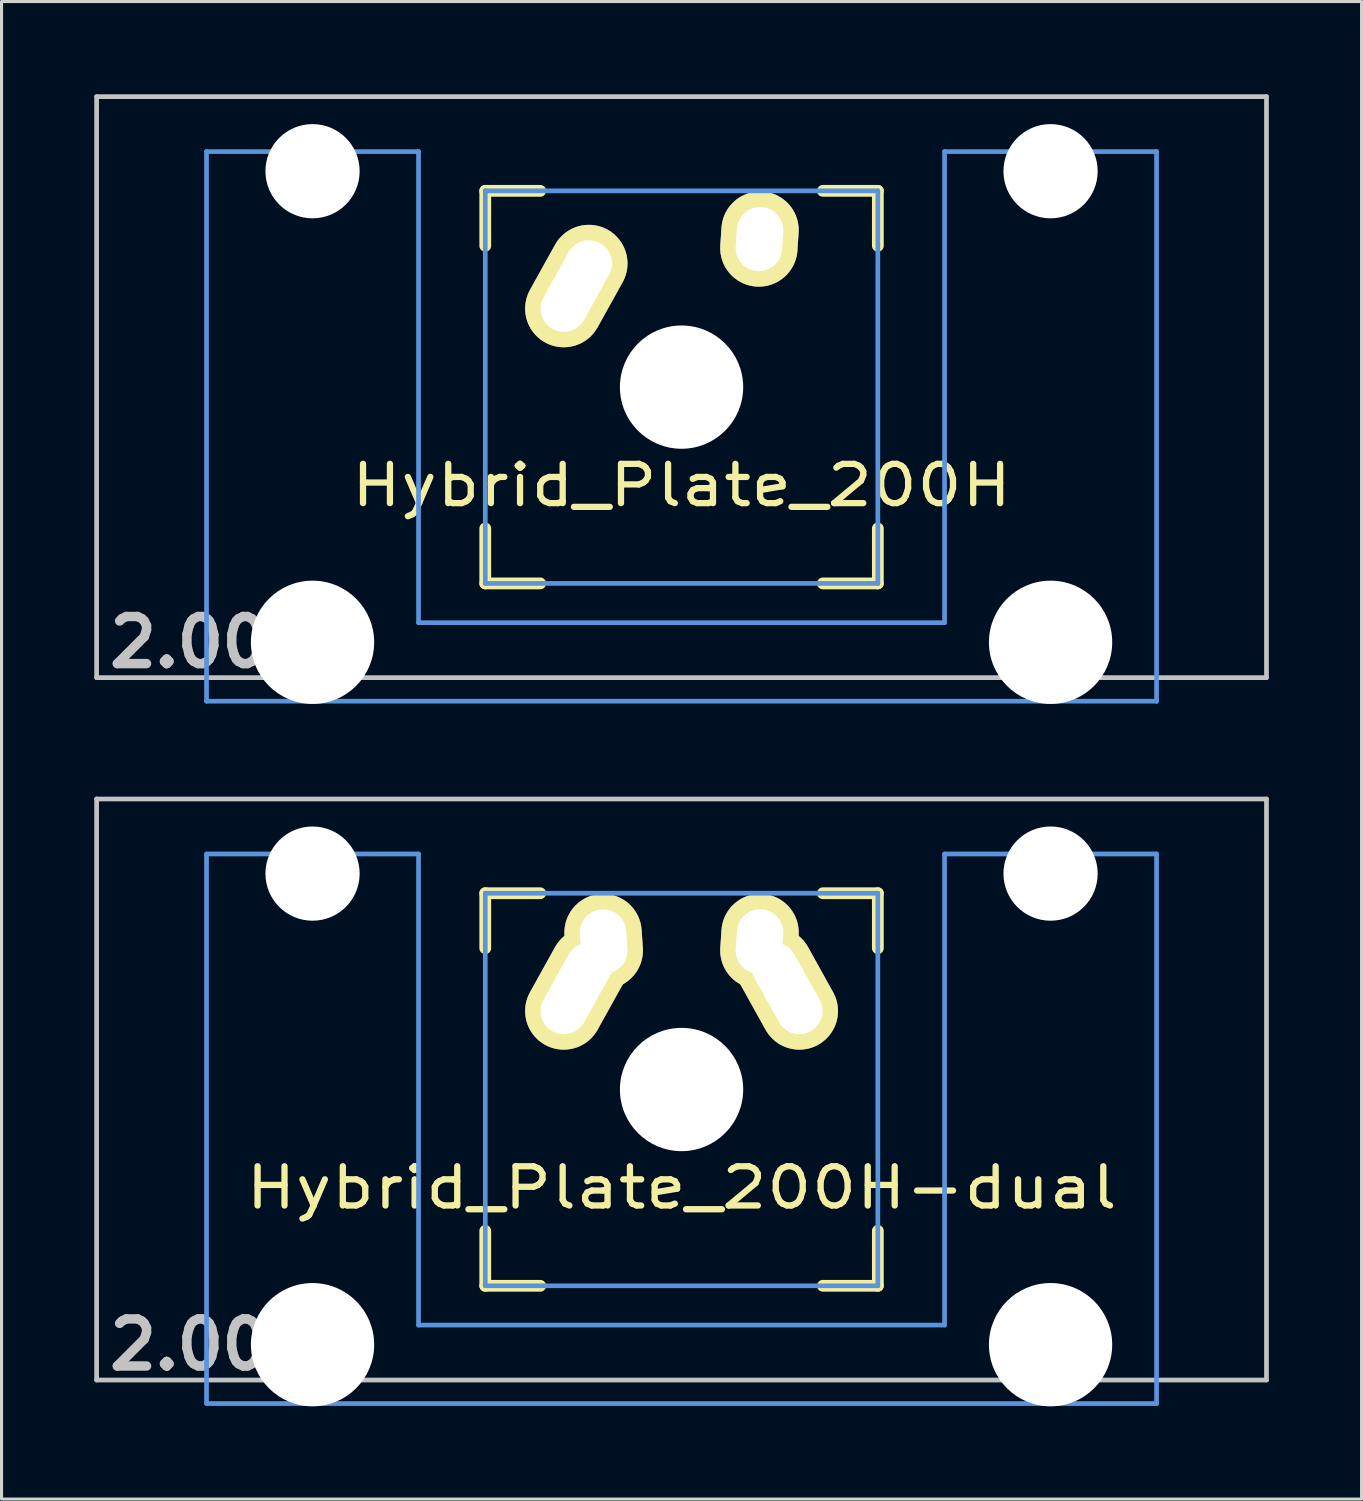
<source format=kicad_pcb>
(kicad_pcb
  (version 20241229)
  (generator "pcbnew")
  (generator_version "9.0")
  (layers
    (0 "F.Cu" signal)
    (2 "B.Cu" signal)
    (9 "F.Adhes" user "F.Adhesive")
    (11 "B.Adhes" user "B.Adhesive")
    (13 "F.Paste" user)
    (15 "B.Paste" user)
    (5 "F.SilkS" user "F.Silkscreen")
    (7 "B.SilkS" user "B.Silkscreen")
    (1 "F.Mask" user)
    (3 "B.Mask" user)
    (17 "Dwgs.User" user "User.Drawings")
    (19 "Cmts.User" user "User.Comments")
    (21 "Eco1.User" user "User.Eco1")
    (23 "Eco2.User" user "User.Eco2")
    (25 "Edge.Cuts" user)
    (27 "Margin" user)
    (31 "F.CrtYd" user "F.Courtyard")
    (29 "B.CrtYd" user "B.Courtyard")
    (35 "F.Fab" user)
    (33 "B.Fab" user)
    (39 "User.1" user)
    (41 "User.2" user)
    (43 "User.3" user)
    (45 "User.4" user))
  (footprint "Hybrid_Plate_200H"
    (layer "F.Cu")
    (at 18.999 9.474)
    (property "Reference" "Hybrid_Plate_200H" (at 0 3.175 0) (layer "F.SilkS") (effects (font (size 1.27 1.524) (thickness 0.203))))
    (attr through_hole)
    (fp_line (start -6.35 -6.35) (end -4.572 -6.35) (stroke (width 0.381) (type solid)) (layer "F.SilkS"))
    (fp_line (start -6.35 -4.572) (end -6.35 -6.35) (stroke (width 0.381) (type solid)) (layer "F.SilkS"))
    (fp_line (start -6.35 6.35) (end -6.35 4.572) (stroke (width 0.381) (type solid)) (layer "F.SilkS"))
    (fp_line (start -4.572 6.35) (end -6.35 6.35) (stroke (width 0.381) (type solid)) (layer "F.SilkS"))
    (fp_line (start 4.572 -6.35) (end 6.35 -6.35) (stroke (width 0.381) (type solid)) (layer "F.SilkS"))
    (fp_line (start 6.35 -6.35) (end 6.35 -4.572) (stroke (width 0.381) (type solid)) (layer "F.SilkS"))
    (fp_line (start 6.35 4.572) (end 6.35 6.35) (stroke (width 0.381) (type solid)) (layer "F.SilkS"))
    (fp_line (start 6.35 6.35) (end 4.572 6.35) (stroke (width 0.381) (type solid)) (layer "F.SilkS"))
    (fp_line (start -18.923 -9.398) (end 18.923 -9.398) (stroke (width 0.152) (type solid)) (layer "Dwgs.User"))
    (fp_line (start -18.923 9.398) (end -18.923 -9.398) (stroke (width 0.152) (type solid)) (layer "Dwgs.User"))
    (fp_line (start 18.923 -9.398) (end 18.923 9.398) (stroke (width 0.152) (type solid)) (layer "Dwgs.User"))
    (fp_line (start 18.923 9.398) (end -18.923 9.398) (stroke (width 0.152) (type solid)) (layer "Dwgs.User"))
    (fp_line (start -15.367 -7.62) (end -15.367 10.16) (stroke (width 0.152) (type solid)) (layer "Cmts.User"))
    (fp_line (start -15.367 10.16) (end 15.367 10.16) (stroke (width 0.152) (type solid)) (layer "Cmts.User"))
    (fp_line (start -8.509 -7.62) (end -15.367 -7.62) (stroke (width 0.152) (type solid)) (layer "Cmts.User"))
    (fp_line (start -8.509 7.62) (end -8.509 -7.62) (stroke (width 0.152) (type solid)) (layer "Cmts.User"))
    (fp_line (start -6.35 -6.35) (end 6.35 -6.35) (stroke (width 0.152) (type solid)) (layer "Cmts.User"))
    (fp_line (start -6.35 6.35) (end -6.35 -6.35) (stroke (width 0.152) (type solid)) (layer "Cmts.User"))
    (fp_line (start 6.35 -6.35) (end 6.35 6.35) (stroke (width 0.152) (type solid)) (layer "Cmts.User"))
    (fp_line (start 6.35 6.35) (end -6.35 6.35) (stroke (width 0.152) (type solid)) (layer "Cmts.User"))
    (fp_line (start 8.509 -7.62) (end 8.509 7.62) (stroke (width 0.152) (type solid)) (layer "Cmts.User"))
    (fp_line (start 8.509 7.62) (end -8.509 7.62) (stroke (width 0.152) (type solid)) (layer "Cmts.User"))
    (fp_line (start 15.367 -7.62) (end 8.509 -7.62) (stroke (width 0.152) (type solid)) (layer "Cmts.User"))
    (fp_line (start 15.367 10.16) (end 15.367 -7.62) (stroke (width 0.152) (type solid)) (layer "Cmts.User"))
    (fp_line (start -16.129 -2.286) (end -15.265 -2.286) (stroke (width 0.152) (type solid)) (layer "Eco2.User"))
    (fp_line (start -16.129 0.508) (end -16.129 -2.286) (stroke (width 0.152) (type solid)) (layer "Eco2.User"))
    (fp_line (start -15.265 -5.69) (end -8.611 -5.69) (stroke (width 0.152) (type solid)) (layer "Eco2.User"))
    (fp_line (start -15.265 -2.286) (end -15.265 -5.69) (stroke (width 0.152) (type solid)) (layer "Eco2.User"))
    (fp_line (start -15.265 0.508) (end -16.129 0.508) (stroke (width 0.152) (type solid)) (layer "Eco2.User"))
    (fp_line (start -15.265 6.604) (end -15.265 0.508) (stroke (width 0.152) (type solid)) (layer "Eco2.User"))
    (fp_line (start -14.224 6.604) (end -15.265 6.604) (stroke (width 0.152) (type solid)) (layer "Eco2.User"))
    (fp_line (start -14.224 7.772) (end -14.224 6.604) (stroke (width 0.152) (type solid)) (layer "Eco2.User"))
    (fp_line (start -9.652 6.604) (end -9.652 7.772) (stroke (width 0.152) (type solid)) (layer "Eco2.User"))
    (fp_line (start -9.652 7.772) (end -14.224 7.772) (stroke (width 0.152) (type solid)) (layer "Eco2.User"))
    (fp_line (start -8.611 -5.69) (end -8.611 -4.877) (stroke (width 0.152) (type solid)) (layer "Eco2.User"))
    (fp_line (start -8.611 -4.877) (end -6.985 -4.877) (stroke (width 0.152) (type solid)) (layer "Eco2.User"))
    (fp_line (start -8.611 5.817) (end -8.611 6.604) (stroke (width 0.152) (type solid)) (layer "Eco2.User"))
    (fp_line (start -8.611 6.604) (end -9.652 6.604) (stroke (width 0.152) (type solid)) (layer "Eco2.User"))
    (fp_line (start -6.985 -6.985) (end 6.985 -6.985) (stroke (width 0.152) (type solid)) (layer "Eco2.User"))
    (fp_line (start -6.985 -4.877) (end -6.985 -6.985) (stroke (width 0.152) (type solid)) (layer "Eco2.User"))
    (fp_line (start -6.985 5.817) (end -8.611 5.817) (stroke (width 0.152) (type solid)) (layer "Eco2.User"))
    (fp_line (start -6.985 6.985) (end -6.985 5.817) (stroke (width 0.152) (type solid)) (layer "Eco2.User"))
    (fp_line (start 6.985 -6.985) (end 6.985 -4.877) (stroke (width 0.152) (type solid)) (layer "Eco2.User"))
    (fp_line (start 6.985 -4.877) (end 8.611 -4.877) (stroke (width 0.152) (type solid)) (layer "Eco2.User"))
    (fp_line (start 6.985 5.817) (end 6.985 6.985) (stroke (width 0.152) (type solid)) (layer "Eco2.User"))
    (fp_line (start 6.985 6.985) (end -6.985 6.985) (stroke (width 0.152) (type solid)) (layer "Eco2.User"))
    (fp_line (start 8.611 -5.69) (end 15.265 -5.69) (stroke (width 0.152) (type solid)) (layer "Eco2.User"))
    (fp_line (start 8.611 -4.877) (end 8.611 -5.69) (stroke (width 0.152) (type solid)) (layer "Eco2.User"))
    (fp_line (start 8.611 5.817) (end 6.985 5.817) (stroke (width 0.152) (type solid)) (layer "Eco2.User"))
    (fp_line (start 8.611 6.604) (end 8.611 5.817) (stroke (width 0.152) (type solid)) (layer "Eco2.User"))
    (fp_line (start 9.652 6.604) (end 8.611 6.604) (stroke (width 0.152) (type solid)) (layer "Eco2.User"))
    (fp_line (start 9.652 7.772) (end 9.652 6.604) (stroke (width 0.152) (type solid)) (layer "Eco2.User"))
    (fp_line (start 14.224 6.604) (end 14.224 7.772) (stroke (width 0.152) (type solid)) (layer "Eco2.User"))
    (fp_line (start 14.224 7.772) (end 9.652 7.772) (stroke (width 0.152) (type solid)) (layer "Eco2.User"))
    (fp_line (start 15.265 -5.69) (end 15.265 -2.286) (stroke (width 0.152) (type solid)) (layer "Eco2.User"))
    (fp_line (start 15.265 -2.286) (end 16.129 -2.286) (stroke (width 0.152) (type solid)) (layer "Eco2.User"))
    (fp_line (start 15.265 0.508) (end 15.265 6.604) (stroke (width 0.152) (type solid)) (layer "Eco2.User"))
    (fp_line (start 15.265 6.604) (end 14.224 6.604) (stroke (width 0.152) (type solid)) (layer "Eco2.User"))
    (fp_line (start 16.129 -2.286) (end 16.129 0.508) (stroke (width 0.152) (type solid)) (layer "Eco2.User"))
    (fp_line (start 16.129 0.508) (end 15.265 0.508) (stroke (width 0.152) (type solid)) (layer "Eco2.User"))
    (fp_text user "2.00u" (at -15.24 8.255 0) (layer "Dwgs.User") (effects (font (size 1.524 1.524) (thickness 0.305))))
    (pad "" np_thru_hole circle (at -11.938 -6.985) (size 3.048 3.048) (drill 3.048) (layers "*.Cu"))
    (pad "" np_thru_hole circle (at -11.938 8.255) (size 3.988 3.988) (drill 3.988) (layers "*.Cu"))
    (pad "" np_thru_hole circle (at 0 0) (size 3.988 3.988) (drill 3.988) (layers "*.Cu"))
    (pad "" np_thru_hole circle (at 11.938 -6.985) (size 3.048 3.048) (drill 3.048) (layers "*.Cu"))
    (pad "" np_thru_hole circle (at 11.938 8.255) (size 3.988 3.988) (drill 3.988) (layers "*.Cu"))
    (pad "1" thru_hole oval (at -3.405 -3.27 330.95) (size 2.5 4.17) (drill oval 1.5 3.17) (layers "*.Cu" "*.Mask" "F.SilkS"))
    (pad "2" thru_hole oval (at 2.52 -4.79 356.1) (size 2.5 3.08) (drill oval 1.5 2.08) (layers "*.Cu" "*.Mask" "F.SilkS")))
  (footprint "Hybrid_Plate_200H-dual"
    (layer "F.Cu")
    (at 18.999 32.197)
    (property "Reference" "Hybrid_Plate_200H-dual" (at 0 3.175 0) (layer "F.SilkS") (effects (font (size 1.27 1.524) (thickness 0.203))))
    (attr through_hole)
    (fp_line (start -6.35 -6.35) (end -4.572 -6.35) (stroke (width 0.381) (type solid)) (layer "F.SilkS"))
    (fp_line (start -6.35 -4.572) (end -6.35 -6.35) (stroke (width 0.381) (type solid)) (layer "F.SilkS"))
    (fp_line (start -6.35 6.35) (end -6.35 4.572) (stroke (width 0.381) (type solid)) (layer "F.SilkS"))
    (fp_line (start -4.572 6.35) (end -6.35 6.35) (stroke (width 0.381) (type solid)) (layer "F.SilkS"))
    (fp_line (start 4.572 -6.35) (end 6.35 -6.35) (stroke (width 0.381) (type solid)) (layer "F.SilkS"))
    (fp_line (start 6.35 -6.35) (end 6.35 -4.572) (stroke (width 0.381) (type solid)) (layer "F.SilkS"))
    (fp_line (start 6.35 4.572) (end 6.35 6.35) (stroke (width 0.381) (type solid)) (layer "F.SilkS"))
    (fp_line (start 6.35 6.35) (end 4.572 6.35) (stroke (width 0.381) (type solid)) (layer "F.SilkS"))
    (fp_line (start -18.923 -9.398) (end 18.923 -9.398) (stroke (width 0.152) (type solid)) (layer "Dwgs.User"))
    (fp_line (start -18.923 9.398) (end -18.923 -9.398) (stroke (width 0.152) (type solid)) (layer "Dwgs.User"))
    (fp_line (start 18.923 -9.398) (end 18.923 9.398) (stroke (width 0.152) (type solid)) (layer "Dwgs.User"))
    (fp_line (start 18.923 9.398) (end -18.923 9.398) (stroke (width 0.152) (type solid)) (layer "Dwgs.User"))
    (fp_line (start -15.367 -7.62) (end -15.367 10.16) (stroke (width 0.152) (type solid)) (layer "Cmts.User"))
    (fp_line (start -15.367 10.16) (end 15.367 10.16) (stroke (width 0.152) (type solid)) (layer "Cmts.User"))
    (fp_line (start -8.509 -7.62) (end -15.367 -7.62) (stroke (width 0.152) (type solid)) (layer "Cmts.User"))
    (fp_line (start -8.509 7.62) (end -8.509 -7.62) (stroke (width 0.152) (type solid)) (layer "Cmts.User"))
    (fp_line (start -6.35 -6.35) (end 6.35 -6.35) (stroke (width 0.152) (type solid)) (layer "Cmts.User"))
    (fp_line (start -6.35 6.35) (end -6.35 -6.35) (stroke (width 0.152) (type solid)) (layer "Cmts.User"))
    (fp_line (start 6.35 -6.35) (end 6.35 6.35) (stroke (width 0.152) (type solid)) (layer "Cmts.User"))
    (fp_line (start 6.35 6.35) (end -6.35 6.35) (stroke (width 0.152) (type solid)) (layer "Cmts.User"))
    (fp_line (start 8.509 -7.62) (end 8.509 7.62) (stroke (width 0.152) (type solid)) (layer "Cmts.User"))
    (fp_line (start 8.509 7.62) (end -8.509 7.62) (stroke (width 0.152) (type solid)) (layer "Cmts.User"))
    (fp_line (start 15.367 -7.62) (end 8.509 -7.62) (stroke (width 0.152) (type solid)) (layer "Cmts.User"))
    (fp_line (start 15.367 10.16) (end 15.367 -7.62) (stroke (width 0.152) (type solid)) (layer "Cmts.User"))
    (fp_line (start -16.129 -2.286) (end -15.265 -2.286) (stroke (width 0.152) (type solid)) (layer "Eco2.User"))
    (fp_line (start -16.129 0.508) (end -16.129 -2.286) (stroke (width 0.152) (type solid)) (layer "Eco2.User"))
    (fp_line (start -15.265 -5.69) (end -8.611 -5.69) (stroke (width 0.152) (type solid)) (layer "Eco2.User"))
    (fp_line (start -15.265 -2.286) (end -15.265 -5.69) (stroke (width 0.152) (type solid)) (layer "Eco2.User"))
    (fp_line (start -15.265 0.508) (end -16.129 0.508) (stroke (width 0.152) (type solid)) (layer "Eco2.User"))
    (fp_line (start -15.265 6.604) (end -15.265 0.508) (stroke (width 0.152) (type solid)) (layer "Eco2.User"))
    (fp_line (start -14.224 6.604) (end -15.265 6.604) (stroke (width 0.152) (type solid)) (layer "Eco2.User"))
    (fp_line (start -14.224 7.772) (end -14.224 6.604) (stroke (width 0.152) (type solid)) (layer "Eco2.User"))
    (fp_line (start -9.652 6.604) (end -9.652 7.772) (stroke (width 0.152) (type solid)) (layer "Eco2.User"))
    (fp_line (start -9.652 7.772) (end -14.224 7.772) (stroke (width 0.152) (type solid)) (layer "Eco2.User"))
    (fp_line (start -8.611 -5.69) (end -8.611 -4.877) (stroke (width 0.152) (type solid)) (layer "Eco2.User"))
    (fp_line (start -8.611 -4.877) (end -6.985 -4.877) (stroke (width 0.152) (type solid)) (layer "Eco2.User"))
    (fp_line (start -8.611 5.817) (end -8.611 6.604) (stroke (width 0.152) (type solid)) (layer "Eco2.User"))
    (fp_line (start -8.611 6.604) (end -9.652 6.604) (stroke (width 0.152) (type solid)) (layer "Eco2.User"))
    (fp_line (start -6.985 -6.985) (end 6.985 -6.985) (stroke (width 0.152) (type solid)) (layer "Eco2.User"))
    (fp_line (start -6.985 -4.877) (end -6.985 -6.985) (stroke (width 0.152) (type solid)) (layer "Eco2.User"))
    (fp_line (start -6.985 5.817) (end -8.611 5.817) (stroke (width 0.152) (type solid)) (layer "Eco2.User"))
    (fp_line (start -6.985 6.985) (end -6.985 5.817) (stroke (width 0.152) (type solid)) (layer "Eco2.User"))
    (fp_line (start 6.985 -6.985) (end 6.985 -4.877) (stroke (width 0.152) (type solid)) (layer "Eco2.User"))
    (fp_line (start 6.985 -4.877) (end 8.611 -4.877) (stroke (width 0.152) (type solid)) (layer "Eco2.User"))
    (fp_line (start 6.985 5.817) (end 6.985 6.985) (stroke (width 0.152) (type solid)) (layer "Eco2.User"))
    (fp_line (start 6.985 6.985) (end -6.985 6.985) (stroke (width 0.152) (type solid)) (layer "Eco2.User"))
    (fp_line (start 8.611 -5.69) (end 15.265 -5.69) (stroke (width 0.152) (type solid)) (layer "Eco2.User"))
    (fp_line (start 8.611 -4.877) (end 8.611 -5.69) (stroke (width 0.152) (type solid)) (layer "Eco2.User"))
    (fp_line (start 8.611 5.817) (end 6.985 5.817) (stroke (width 0.152) (type solid)) (layer "Eco2.User"))
    (fp_line (start 8.611 6.604) (end 8.611 5.817) (stroke (width 0.152) (type solid)) (layer "Eco2.User"))
    (fp_line (start 9.652 6.604) (end 8.611 6.604) (stroke (width 0.152) (type solid)) (layer "Eco2.User"))
    (fp_line (start 9.652 7.772) (end 9.652 6.604) (stroke (width 0.152) (type solid)) (layer "Eco2.User"))
    (fp_line (start 14.224 6.604) (end 14.224 7.772) (stroke (width 0.152) (type solid)) (layer "Eco2.User"))
    (fp_line (start 14.224 7.772) (end 9.652 7.772) (stroke (width 0.152) (type solid)) (layer "Eco2.User"))
    (fp_line (start 15.265 -5.69) (end 15.265 -2.286) (stroke (width 0.152) (type solid)) (layer "Eco2.User"))
    (fp_line (start 15.265 -2.286) (end 16.129 -2.286) (stroke (width 0.152) (type solid)) (layer "Eco2.User"))
    (fp_line (start 15.265 0.508) (end 15.265 6.604) (stroke (width 0.152) (type solid)) (layer "Eco2.User"))
    (fp_line (start 15.265 6.604) (end 14.224 6.604) (stroke (width 0.152) (type solid)) (layer "Eco2.User"))
    (fp_line (start 16.129 -2.286) (end 16.129 0.508) (stroke (width 0.152) (type solid)) (layer "Eco2.User"))
    (fp_line (start 16.129 0.508) (end 15.265 0.508) (stroke (width 0.152) (type solid)) (layer "Eco2.User"))
    (fp_text user "2.00u" (at -15.24 8.255 0) (layer "Dwgs.User") (effects (font (size 1.524 1.524) (thickness 0.305))))
    (pad "" np_thru_hole circle (at -11.938 -6.985) (size 3.048 3.048) (drill 3.048) (layers "*.Cu"))
    (pad "" np_thru_hole circle (at -11.938 8.255) (size 3.988 3.988) (drill 3.988) (layers "*.Cu"))
    (pad "" np_thru_hole circle (at 0 0) (size 3.988 3.988) (drill 3.988) (layers "*.Cu"))
    (pad "" np_thru_hole circle (at 11.938 -6.985) (size 3.048 3.048) (drill 3.048) (layers "*.Cu"))
    (pad "" np_thru_hole circle (at 11.938 8.255) (size 3.988 3.988) (drill 3.988) (layers "*.Cu"))
    (pad "1" thru_hole oval (at -3.405 -3.27 330.95) (size 2.5 4.17) (drill oval 1.5 3.17) (layers "*.Cu" "*.Mask" "F.SilkS"))
    (pad "1" thru_hole oval (at -2.52 -4.79 3.9) (size 2.5 3.08) (drill oval 1.5 2.08) (layers "*.Cu" "*.Mask" "F.SilkS"))
    (pad "2" thru_hole oval (at 2.52 -4.79 356.1) (size 2.5 3.08) (drill oval 1.5 2.08) (layers "*.Cu" "*.Mask" "F.SilkS"))
    (pad "2" thru_hole oval (at 3.405 -3.27 29.05) (size 2.5 4.17) (drill oval 1.5 3.17) (layers "*.Cu" "*.Mask" "F.SilkS")))
  (gr_rect
    (start -3 -3)
    (end 40.998 45.446)
    (stroke (width 0.1) (type default))
    (fill no)
    (layer "Edge.Cuts")))
</source>
